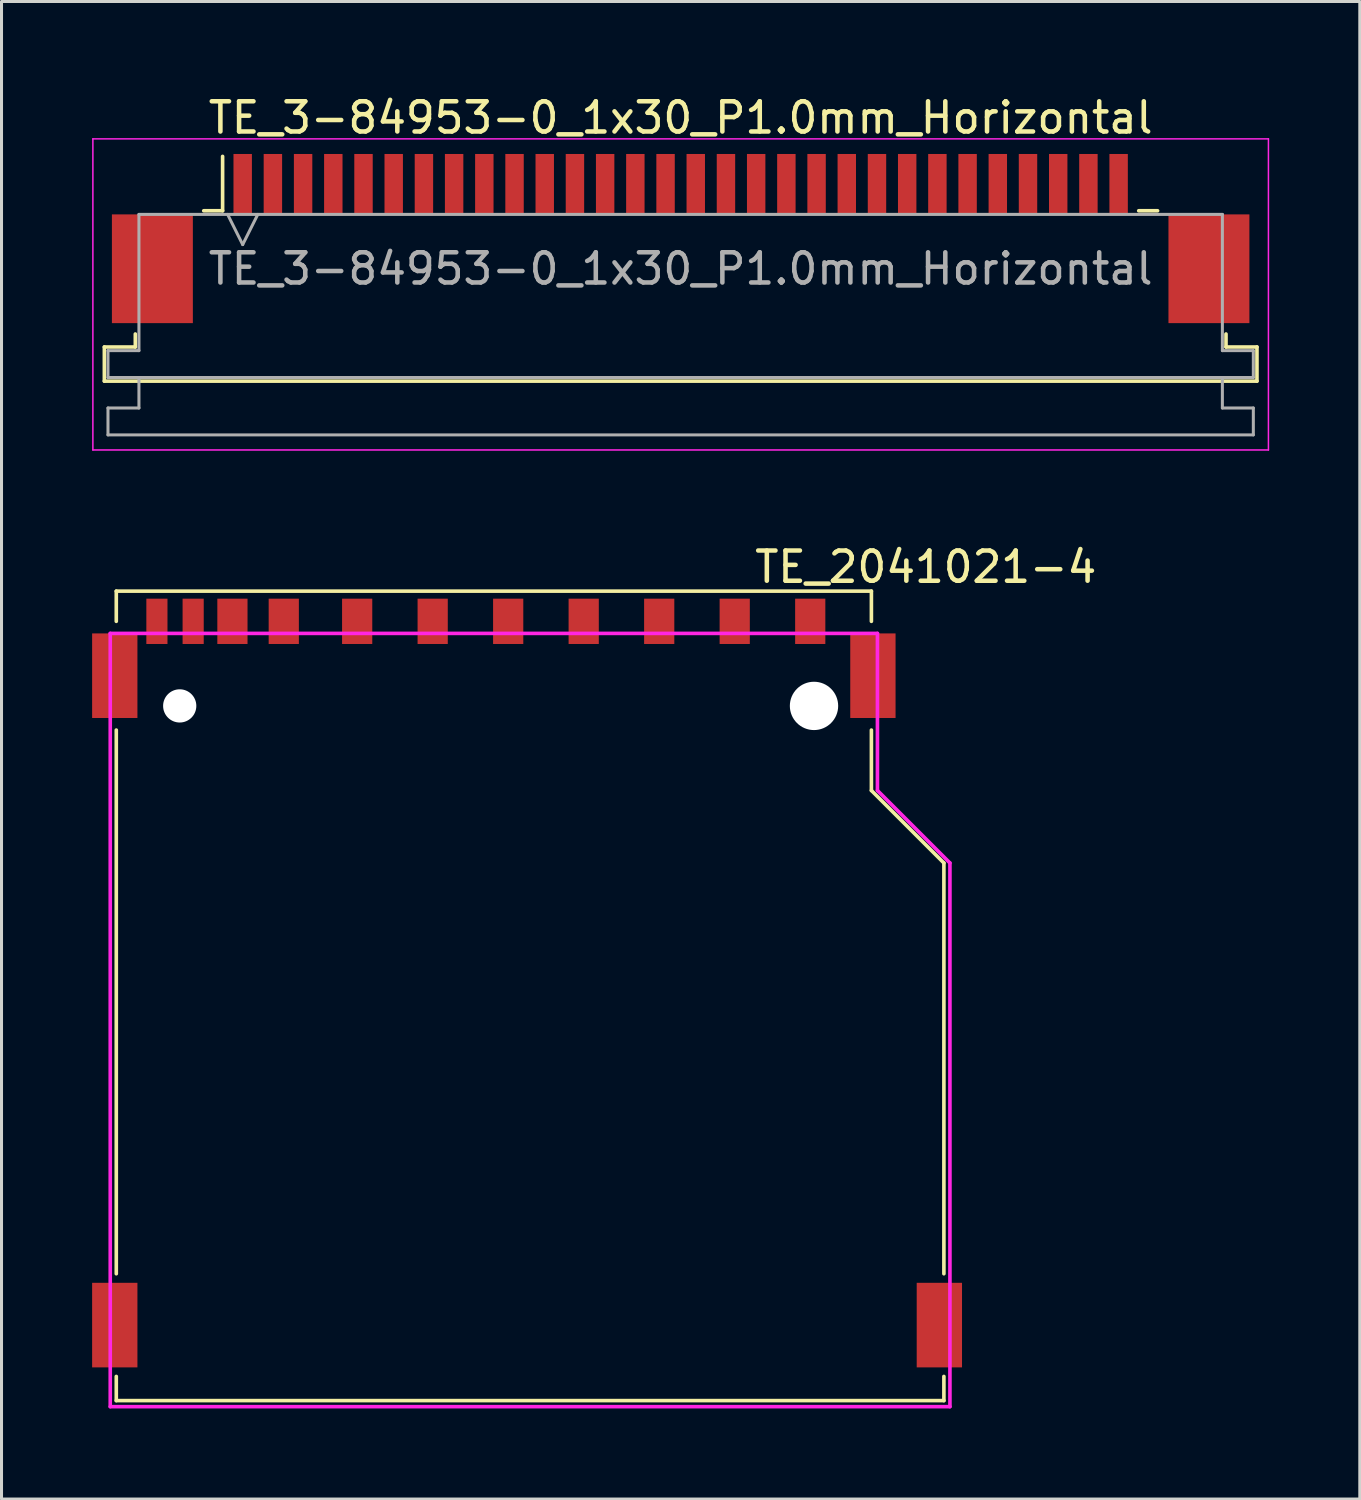
<source format=kicad_pcb>
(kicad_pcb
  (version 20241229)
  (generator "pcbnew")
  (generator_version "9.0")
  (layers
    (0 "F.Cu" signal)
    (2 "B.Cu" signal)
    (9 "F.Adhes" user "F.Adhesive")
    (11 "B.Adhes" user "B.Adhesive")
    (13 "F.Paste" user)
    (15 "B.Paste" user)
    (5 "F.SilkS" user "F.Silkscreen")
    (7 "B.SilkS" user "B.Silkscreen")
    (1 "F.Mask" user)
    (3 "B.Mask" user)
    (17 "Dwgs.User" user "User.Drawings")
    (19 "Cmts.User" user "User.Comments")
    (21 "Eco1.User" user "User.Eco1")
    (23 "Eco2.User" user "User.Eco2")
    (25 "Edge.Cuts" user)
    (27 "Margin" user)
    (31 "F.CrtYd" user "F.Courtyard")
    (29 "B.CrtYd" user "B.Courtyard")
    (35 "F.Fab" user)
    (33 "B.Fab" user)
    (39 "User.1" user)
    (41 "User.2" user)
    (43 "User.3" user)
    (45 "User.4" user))
  (footprint "TE_3-84953-0_1x30_P1.0mm_Horizontal"
    (layer "F.Cu")
    (at 19.485 4.848)
    (property "Reference" "TE_3-84953-0_1x30_P1.0mm_Horizontal" (at 0 -4 0) (layer "F.SilkS") (effects (font (size 1 1) (thickness 0.15))))
    (attr smd)
    (fp_line (start -19.08 3.59) (end -18.055 3.59) (stroke (width 0.12) (type solid)) (layer "F.SilkS"))
    (fp_line (start -19.08 4.72) (end -19.08 3.59) (stroke (width 0.12) (type solid)) (layer "F.SilkS"))
    (fp_line (start -18.055 3.59) (end -18.055 3.16) (stroke (width 0.12) (type solid)) (layer "F.SilkS"))
    (fp_line (start -15.79 -0.92) (end -15.165 -0.92) (stroke (width 0.12) (type solid)) (layer "F.SilkS"))
    (fp_line (start -15.165 -0.92) (end -15.165 -2.72) (stroke (width 0.12) (type solid)) (layer "F.SilkS"))
    (fp_line (start 15.165 -0.92) (end 15.79 -0.92) (stroke (width 0.12) (type solid)) (layer "F.SilkS"))
    (fp_line (start 18.055 3.16) (end 18.055 3.59) (stroke (width 0.12) (type solid)) (layer "F.SilkS"))
    (fp_line (start 18.055 3.59) (end 19.08 3.59) (stroke (width 0.12) (type solid)) (layer "F.SilkS"))
    (fp_line (start 19.08 3.59) (end 19.08 4.72) (stroke (width 0.12) (type solid)) (layer "F.SilkS"))
    (fp_line (start 19.08 4.72) (end -19.08 4.72) (stroke (width 0.12) (type solid)) (layer "F.SilkS"))
    (fp_line (start -19.46 -3.3) (end -19.46 7) (stroke (width 0.05) (type solid)) (layer "F.CrtYd"))
    (fp_line (start -19.46 7) (end 19.46 7) (stroke (width 0.05) (type solid)) (layer "F.CrtYd"))
    (fp_line (start 19.46 -3.3) (end -19.46 -3.3) (stroke (width 0.05) (type solid)) (layer "F.CrtYd"))
    (fp_line (start 19.46 7) (end 19.46 -3.3) (stroke (width 0.05) (type solid)) (layer "F.CrtYd"))
    (fp_line (start -18.96 3.71) (end -17.935 3.71) (stroke (width 0.1) (type solid)) (layer "F.Fab"))
    (fp_line (start -18.96 4.6) (end -18.96 3.71) (stroke (width 0.1) (type solid)) (layer "F.Fab"))
    (fp_line (start -18.96 5.61) (end -17.935 5.61) (stroke (width 0.1) (type solid)) (layer "F.Fab"))
    (fp_line (start -18.96 6.5) (end -18.96 5.61) (stroke (width 0.1) (type solid)) (layer "F.Fab"))
    (fp_line (start -17.935 -0.8) (end 17.935 -0.8) (stroke (width 0.1) (type solid)) (layer "F.Fab"))
    (fp_line (start -17.935 3.71) (end -17.935 -0.8) (stroke (width 0.1) (type solid)) (layer "F.Fab"))
    (fp_line (start -17.935 5.61) (end -17.935 4.6) (stroke (width 0.1) (type solid)) (layer "F.Fab"))
    (fp_line (start -15 -0.8) (end -14.5 0.2) (stroke (width 0.1) (type solid)) (layer "F.Fab"))
    (fp_line (start -14.5 0.2) (end -14 -0.8) (stroke (width 0.1) (type solid)) (layer "F.Fab"))
    (fp_line (start 17.935 -0.8) (end 17.935 3.71) (stroke (width 0.1) (type solid)) (layer "F.Fab"))
    (fp_line (start 17.935 3.71) (end 18.96 3.71) (stroke (width 0.1) (type solid)) (layer "F.Fab"))
    (fp_line (start 17.935 4.6) (end 17.935 5.61) (stroke (width 0.1) (type solid)) (layer "F.Fab"))
    (fp_line (start 17.935 5.61) (end 18.96 5.61) (stroke (width 0.1) (type solid)) (layer "F.Fab"))
    (fp_line (start 18.96 3.71) (end 18.96 4.6) (stroke (width 0.1) (type solid)) (layer "F.Fab"))
    (fp_line (start 18.96 4.6) (end -18.96 4.6) (stroke (width 0.1) (type solid)) (layer "F.Fab"))
    (fp_line (start 18.96 5.61) (end 18.96 6.5) (stroke (width 0.1) (type solid)) (layer "F.Fab"))
    (fp_line (start 18.96 6.5) (end -18.96 6.5) (stroke (width 0.1) (type solid)) (layer "F.Fab"))
    (fp_text user "${REFERENCE}" (at 0 1 0) (layer "F.Fab") (effects (font (size 1 1) (thickness 0.15))))
    (pad "" smd rect (at -17.49 1) (size 2.68 3.6) (layers "F.Cu" "F.Mask" "F.Paste"))
    (pad "" smd rect (at 17.49 1) (size 2.68 3.6) (layers "F.Cu" "F.Mask" "F.Paste"))
    (pad "1" smd rect (at -14.5 -1.8) (size 0.61 2) (layers "F.Cu" "F.Mask" "F.Paste"))
    (pad "2" smd rect (at -13.5 -1.8) (size 0.61 2) (layers "F.Cu" "F.Mask" "F.Paste"))
    (pad "3" smd rect (at -12.5 -1.8) (size 0.61 2) (layers "F.Cu" "F.Mask" "F.Paste"))
    (pad "4" smd rect (at -11.5 -1.8) (size 0.61 2) (layers "F.Cu" "F.Mask" "F.Paste"))
    (pad "5" smd rect (at -10.5 -1.8) (size 0.61 2) (layers "F.Cu" "F.Mask" "F.Paste"))
    (pad "6" smd rect (at -9.5 -1.8) (size 0.61 2) (layers "F.Cu" "F.Mask" "F.Paste"))
    (pad "7" smd rect (at -8.5 -1.8) (size 0.61 2) (layers "F.Cu" "F.Mask" "F.Paste"))
    (pad "8" smd rect (at -7.5 -1.8) (size 0.61 2) (layers "F.Cu" "F.Mask" "F.Paste"))
    (pad "9" smd rect (at -6.5 -1.8) (size 0.61 2) (layers "F.Cu" "F.Mask" "F.Paste"))
    (pad "10" smd rect (at -5.5 -1.8) (size 0.61 2) (layers "F.Cu" "F.Mask" "F.Paste"))
    (pad "11" smd rect (at -4.5 -1.8) (size 0.61 2) (layers "F.Cu" "F.Mask" "F.Paste"))
    (pad "12" smd rect (at -3.5 -1.8) (size 0.61 2) (layers "F.Cu" "F.Mask" "F.Paste"))
    (pad "13" smd rect (at -2.5 -1.8) (size 0.61 2) (layers "F.Cu" "F.Mask" "F.Paste"))
    (pad "14" smd rect (at -1.5 -1.8) (size 0.61 2) (layers "F.Cu" "F.Mask" "F.Paste"))
    (pad "15" smd rect (at -0.5 -1.8) (size 0.61 2) (layers "F.Cu" "F.Mask" "F.Paste"))
    (pad "16" smd rect (at 0.5 -1.8) (size 0.61 2) (layers "F.Cu" "F.Mask" "F.Paste"))
    (pad "17" smd rect (at 1.5 -1.8) (size 0.61 2) (layers "F.Cu" "F.Mask" "F.Paste"))
    (pad "18" smd rect (at 2.5 -1.8) (size 0.61 2) (layers "F.Cu" "F.Mask" "F.Paste"))
    (pad "19" smd rect (at 3.5 -1.8) (size 0.61 2) (layers "F.Cu" "F.Mask" "F.Paste"))
    (pad "20" smd rect (at 4.5 -1.8) (size 0.61 2) (layers "F.Cu" "F.Mask" "F.Paste"))
    (pad "21" smd rect (at 5.5 -1.8) (size 0.61 2) (layers "F.Cu" "F.Mask" "F.Paste"))
    (pad "22" smd rect (at 6.5 -1.8) (size 0.61 2) (layers "F.Cu" "F.Mask" "F.Paste"))
    (pad "23" smd rect (at 7.5 -1.8) (size 0.61 2) (layers "F.Cu" "F.Mask" "F.Paste"))
    (pad "24" smd rect (at 8.5 -1.8) (size 0.61 2) (layers "F.Cu" "F.Mask" "F.Paste"))
    (pad "25" smd rect (at 9.5 -1.8) (size 0.61 2) (layers "F.Cu" "F.Mask" "F.Paste"))
    (pad "26" smd rect (at 10.5 -1.8) (size 0.61 2) (layers "F.Cu" "F.Mask" "F.Paste"))
    (pad "27" smd rect (at 11.5 -1.8) (size 0.61 2) (layers "F.Cu" "F.Mask" "F.Paste"))
    (pad "28" smd rect (at 12.5 -1.8) (size 0.61 2) (layers "F.Cu" "F.Mask" "F.Paste"))
    (pad "29" smd rect (at 13.5 -1.8) (size 0.61 2) (layers "F.Cu" "F.Mask" "F.Paste"))
    (pad "30" smd rect (at 14.5 -1.8) (size 0.61 2) (layers "F.Cu" "F.Mask" "F.Paste")))
  (footprint "TE_2041021-4"
    (layer "F.Cu")
    (at 14.4 17.521)
    (property "Reference" "TE_2041021-4" (at 13.2 -1.8 0) (layer "F.SilkS") (effects (font (size 1 1) (thickness 0.15))))
    (attr smd)
    (fp_line (start -13.6 -1) (end 11.4 -1) (stroke (width 0.12) (type solid)) (layer "F.SilkS"))
    (fp_line (start -13.6 0) (end -13.6 -1) (stroke (width 0.12) (type solid)) (layer "F.SilkS"))
    (fp_line (start -13.6 3.6) (end -13.6 21.6) (stroke (width 0.12) (type solid)) (layer "F.SilkS"))
    (fp_line (start -13.6 25) (end -13.6 25.8) (stroke (width 0.12) (type solid)) (layer "F.SilkS"))
    (fp_line (start -13.6 25.8) (end 13.8 25.8) (stroke (width 0.12) (type solid)) (layer "F.SilkS"))
    (fp_line (start 11.4 -1) (end 11.4 0) (stroke (width 0.12) (type solid)) (layer "F.SilkS"))
    (fp_line (start 11.4 3.6) (end 11.4 5.6) (stroke (width 0.12) (type solid)) (layer "F.SilkS"))
    (fp_line (start 11.4 5.6) (end 13.8 8) (stroke (width 0.12) (type solid)) (layer "F.SilkS"))
    (fp_line (start 13.8 8) (end 13.8 21.6) (stroke (width 0.12) (type solid)) (layer "F.SilkS"))
    (fp_line (start 13.8 25.8) (end 13.8 25) (stroke (width 0.12) (type solid)) (layer "F.SilkS"))
    (fp_line (start -10.8 3.8) (end -10.8 13) (stroke (width 0.12) (type solid)) (layer "Eco1.User"))
    (fp_line (start -10.8 13) (end 10.4 13) (stroke (width 0.12) (type solid)) (layer "Eco1.User"))
    (fp_line (start 10.4 3.8) (end -10.8 3.8) (stroke (width 0.12) (type solid)) (layer "Eco1.User"))
    (fp_line (start 10.4 13) (end 10.4 3.8) (stroke (width 0.12) (type solid)) (layer "Eco1.User"))
    (fp_line (start -13.8 0.4) (end -13.8 26) (stroke (width 0.12) (type solid)) (layer "F.CrtYd"))
    (fp_line (start -13.8 26) (end 14 26) (stroke (width 0.12) (type solid)) (layer "F.CrtYd"))
    (fp_line (start 11.6 0.4) (end -13.8 0.4) (stroke (width 0.12) (type solid)) (layer "F.CrtYd"))
    (fp_line (start 11.6 5.6) (end 11.6 0.4) (stroke (width 0.12) (type solid)) (layer "F.CrtYd"))
    (fp_line (start 14 8) (end 11.6 5.6) (stroke (width 0.12) (type solid)) (layer "F.CrtYd"))
    (fp_line (start 14 26) (end 14 8) (stroke (width 0.12) (type solid)) (layer "F.CrtYd"))
    (pad "" np_thru_hole circle (at -11.5 2.8) (size 1.1 1.1) (drill 1.1) (layers "*.Cu" "*.Mask"))
    (pad "" np_thru_hole circle (at 9.5 2.8) (size 1.6 1.6) (drill 1.6) (layers "*.Cu" "*.Mask"))
    (pad "1" smd rect (at 6.875 0) (size 1 1.5) (layers "F.Cu" "F.Mask" "F.Paste"))
    (pad "2" smd rect (at 4.375 0) (size 1 1.5) (layers "F.Cu" "F.Mask" "F.Paste"))
    (pad "3" smd rect (at 1.875 0) (size 1 1.5) (layers "F.Cu" "F.Mask" "F.Paste"))
    (pad "4" smd rect (at -0.625 0) (size 1 1.5) (layers "F.Cu" "F.Mask" "F.Paste"))
    (pad "5" smd rect (at -3.125 0) (size 1 1.5) (layers "F.Cu" "F.Mask" "F.Paste"))
    (pad "6" smd rect (at -5.625 0) (size 1 1.5) (layers "F.Cu" "F.Mask" "F.Paste"))
    (pad "7" smd rect (at -8.055 0) (size 1 1.5) (layers "F.Cu" "F.Mask" "F.Paste"))
    (pad "8" smd rect (at -9.755 0) (size 1 1.5) (layers "F.Cu" "F.Mask" "F.Paste"))
    (pad "9" smd rect (at 9.375 0) (size 1 1.5) (layers "F.Cu" "F.Mask" "F.Paste"))
    (pad "10" smd rect (at -11.055 0) (size 0.7 1.5) (layers "F.Cu" "F.Mask" "F.Paste"))
    (pad "11" smd rect (at -12.255 0) (size 0.7 1.5) (layers "F.Cu" "F.Mask" "F.Paste"))
    (pad "12" smd rect (at 11.45 1.8) (size 1.5 2.8) (layers "F.Cu" "F.Mask" "F.Paste"))
    (pad "13" smd rect (at 13.65 23.3) (size 1.5 2.8) (layers "F.Cu" "F.Mask" "F.Paste"))
    (pad "14" smd rect (at -13.65 23.3) (size 1.5 2.8) (layers "F.Cu" "F.Mask" "F.Paste"))
    (pad "15" smd rect (at -13.65 1.8) (size 1.5 2.8) (layers "F.Cu" "F.Mask" "F.Paste")))
  (gr_rect
    (start -3 -3)
    (end 41.97 46.581)
    (stroke (width 0.1) (type default))
    (fill no)
    (layer "Edge.Cuts")))
</source>
